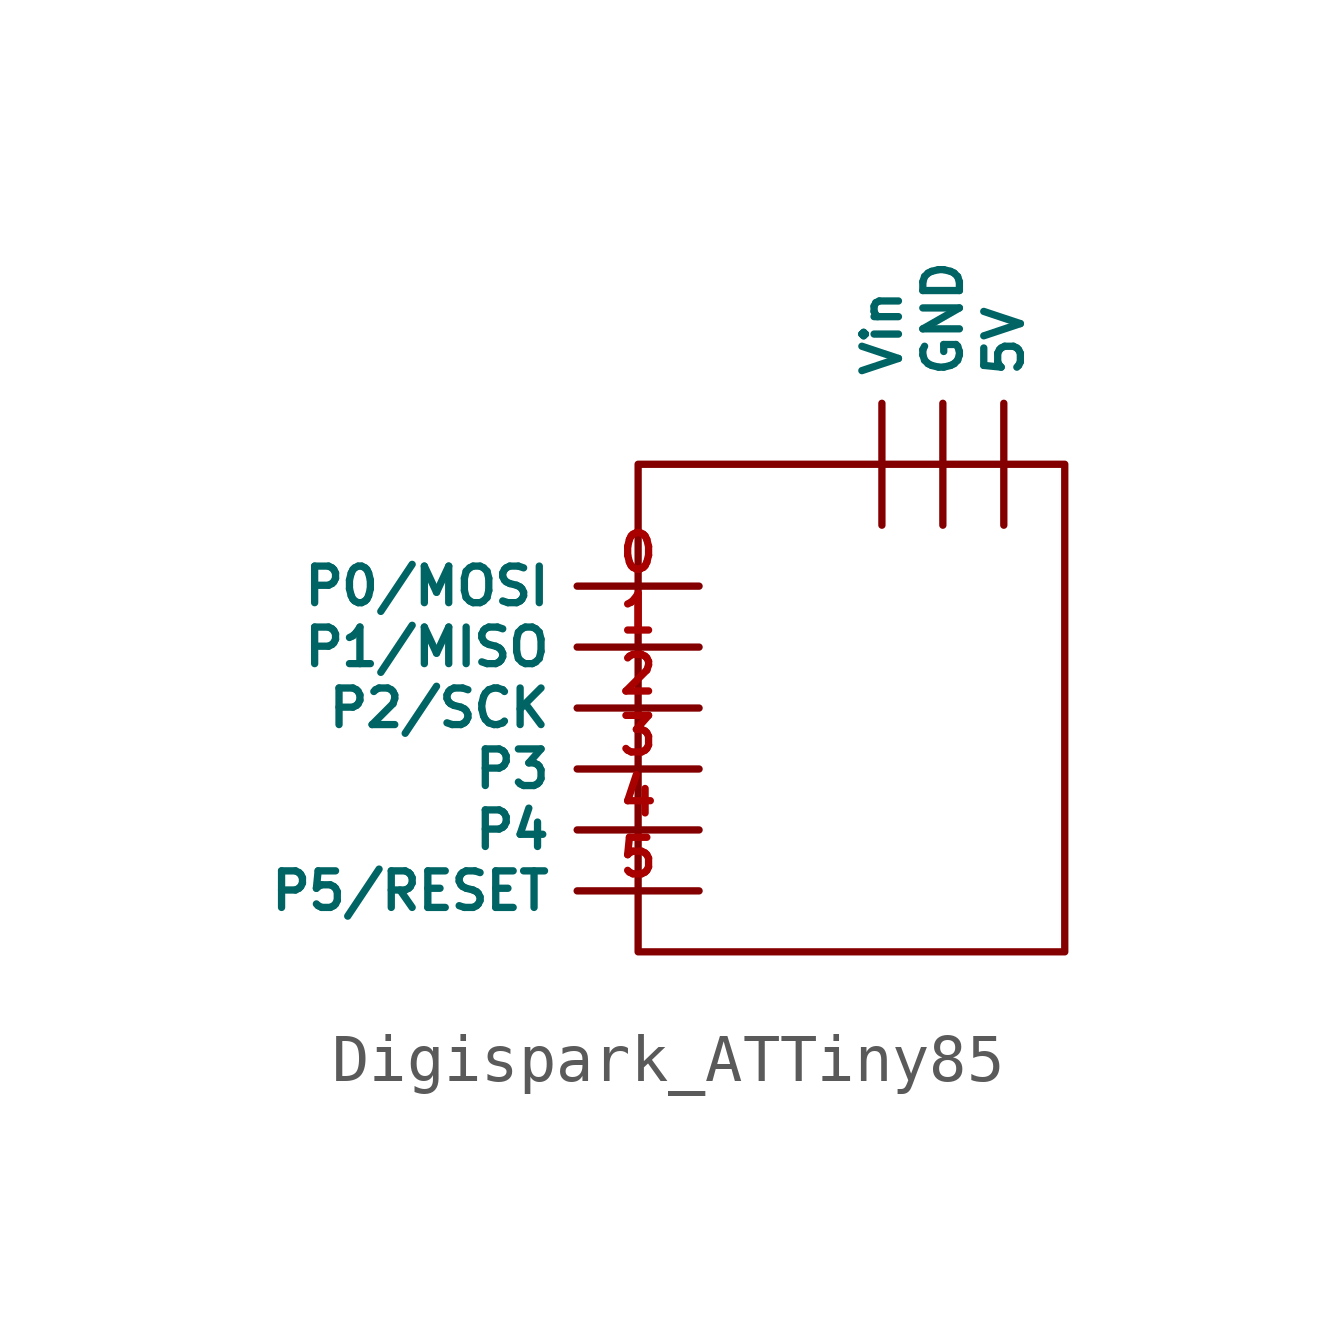
<source format=kicad_sym>
(kicad_symbol_lib
  (version 20241209)
  (generator "kicad_symbol_editor")
  (generator_version "9.0")
  (symbol "Digispark_ATTiny85"
    (property "Reference" "I"
      (at 0 0 0)
      (effects (font (size 1.27 1.27)) (hide yes)))
    (property "Value" ""
      (at 0 0 0)
      (effects (font (size 1.27 1.27))))
    (symbol "Digispark_ATTiny85_0_1"
      (rectangle (start -3.81 3.81) (end 5.08 -6.35) (stroke (width 0) (type default)) (fill (type none))))
    (symbol "Digispark_ATTiny85_1_1"
      (pin bidirectional line (at -2.54 1.27 180) (length 2.54) (name "P0/MOSI" (effects (font (size 0.762 0.762)))) (number "0" (effects (font (size 0.762 0.762)))))
      (pin bidirectional line (at -2.54 0 180) (length 2.54) (name "P1/MISO" (effects (font (size 0.762 0.762)))) (number "1" (effects (font (size 0.762 0.762)))))
      (pin bidirectional line (at -2.54 -1.27 180) (length 2.54) (name "P2/SCK" (effects (font (size 0.762 0.762)))) (number "2" (effects (font (size 0.762 0.762)))))
      (pin bidirectional line (at -2.54 -2.54 180) (length 2.54) (name "P3" (effects (font (size 0.762 0.762)))) (number "3" (effects (font (size 0.762 0.762)))))
      (pin bidirectional line (at -2.54 -3.81 180) (length 2.54) (name "P4" (effects (font (size 0.762 0.762)))) (number "4" (effects (font (size 0.762 0.762)))))
      (pin bidirectional line (at -2.54 -5.08 180) (length 2.54) (name "P5/RESET" (effects (font (size 0.762 0.762)))) (number "5" (effects (font (size 0.762 0.762)))))
      (pin input line (at 1.27 2.54 90) (length 2.54) (name "Vin" (effects (font (size 0.762 0.762)))) (number "" (effects (font (size 1.27 1.27)))))
      (pin passive line (at 2.54 2.54 90) (length 2.54) (name "GND" (effects (font (size 0.762 0.762)))) (number "" (effects (font (size 1.27 1.27)))))
      (pin output line (at 3.81 2.54 90) (length 2.54) (name "5V" (effects (font (size 0.762 0.762)))) (number "" (effects (font (size 1.27 1.27))))))))
</source>
